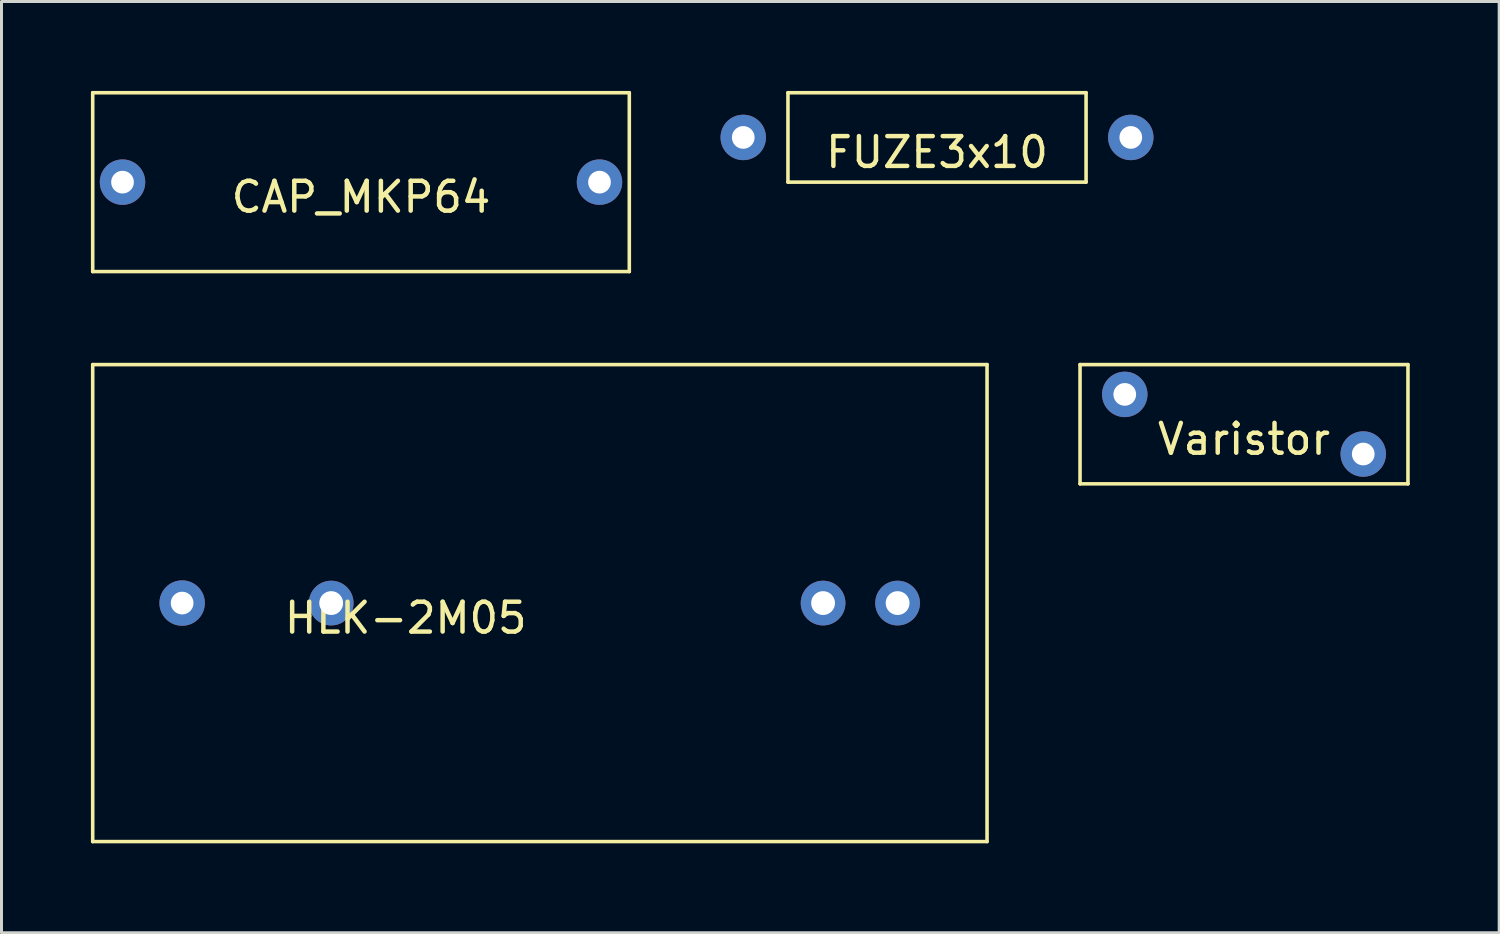
<source format=kicad_pcb>
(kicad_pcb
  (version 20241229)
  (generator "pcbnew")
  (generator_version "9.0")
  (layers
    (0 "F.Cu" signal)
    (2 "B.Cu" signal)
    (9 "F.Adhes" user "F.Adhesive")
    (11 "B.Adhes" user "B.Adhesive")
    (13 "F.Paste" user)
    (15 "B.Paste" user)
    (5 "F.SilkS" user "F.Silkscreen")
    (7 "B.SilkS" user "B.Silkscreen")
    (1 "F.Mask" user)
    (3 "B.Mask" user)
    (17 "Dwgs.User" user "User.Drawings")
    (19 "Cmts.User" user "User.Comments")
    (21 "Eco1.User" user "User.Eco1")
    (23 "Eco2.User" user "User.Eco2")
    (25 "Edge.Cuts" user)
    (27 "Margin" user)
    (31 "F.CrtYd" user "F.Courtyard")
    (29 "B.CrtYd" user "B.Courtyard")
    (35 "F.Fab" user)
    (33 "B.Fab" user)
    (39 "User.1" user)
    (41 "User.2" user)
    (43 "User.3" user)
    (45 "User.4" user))
  (footprint "Varistor"
    (layer "F.Cu")
    (at 38.68 11.18)
    (property "Reference" "Varistor" (at 0 0.5 0) (layer "F.SilkS") (effects (font (size 1 1) (thickness 0.15))))
    (attr through_hole)
    (fp_line (start -5.5 -2) (end 5.5 -2) (stroke (width 0.12) (type solid)) (layer "F.SilkS"))
    (fp_line (start -5.5 2) (end -5.5 -2) (stroke (width 0.12) (type solid)) (layer "F.SilkS"))
    (fp_line (start 5.5 -2) (end 5.5 2) (stroke (width 0.12) (type solid)) (layer "F.SilkS"))
    (fp_line (start 5.5 2) (end -5.5 2) (stroke (width 0.12) (type solid)) (layer "F.SilkS"))
    (pad "1" thru_hole circle (at -4 -1) (size 1.524 1.524) (drill 0.762) (layers "*.Cu" "*.Mask"))
    (pad "2" thru_hole circle (at 4 1) (size 1.524 1.524) (drill 0.762) (layers "*.Cu" "*.Mask")))
  (footprint "FUZE3x10"
    (layer "F.Cu")
    (at 28.382 1.56)
    (property "Reference" "FUZE3x10" (at 0 0.5 0) (layer "F.SilkS") (effects (font (size 1 1) (thickness 0.15))))
    (attr through_hole)
    (fp_line (start -5 -1.5) (end -5 1.5) (stroke (width 0.12) (type solid)) (layer "F.SilkS"))
    (fp_line (start -5 1.5) (end 5 1.5) (stroke (width 0.12) (type solid)) (layer "F.SilkS"))
    (fp_line (start 5 -1.5) (end -5 -1.5) (stroke (width 0.12) (type solid)) (layer "F.SilkS"))
    (fp_line (start 5 1.5) (end 5 -1.5) (stroke (width 0.12) (type solid)) (layer "F.SilkS"))
    (pad "1" thru_hole circle (at -6.5 0) (size 1.524 1.524) (drill 0.762) (layers "*.Cu" "*.Mask"))
    (pad "2" thru_hole circle (at 6.5 0) (size 1.524 1.524) (drill 0.762) (layers "*.Cu" "*.Mask")))
  (footprint "HLK-2M05"
    (layer "F.Cu")
    (at 10.56 17.18)
    (property "Reference" "HLK-2M05" (at 0 0.5 0) (layer "F.SilkS") (effects (font (size 1 1) (thickness 0.15))))
    (attr through_hole)
    (fp_line (start -10.5 -8) (end -10.5 8) (stroke (width 0.12) (type solid)) (layer "F.SilkS"))
    (fp_line (start -10.5 8) (end 19.5 8) (stroke (width 0.12) (type solid)) (layer "F.SilkS"))
    (fp_line (start 19.5 -8) (end -10.5 -8) (stroke (width 0.12) (type solid)) (layer "F.SilkS"))
    (fp_line (start 19.5 8) (end 19.5 -8) (stroke (width 0.12) (type solid)) (layer "F.SilkS"))
    (pad "1" thru_hole circle (at -7.5 0) (size 1.524 1.524) (drill 0.762) (layers "*.Cu" "*.Mask"))
    (pad "2" thru_hole circle (at -2.5 0) (size 1.5 1.5) (drill 0.8) (layers "*.Cu" "*.Mask"))
    (pad "3" thru_hole circle (at 14 0) (size 1.5 1.5) (drill 0.8) (layers "*.Cu" "*.Mask"))
    (pad "4" thru_hole circle (at 16.5 0) (size 1.5 1.5) (drill 0.8) (layers "*.Cu" "*.Mask")))
  (footprint "CAP_MKP64"
    (layer "F.Cu")
    (at 9.06 3.06)
    (property "Reference" "CAP_MKP64" (at 0 0.5 0) (layer "F.SilkS") (effects (font (size 1 1) (thickness 0.15))))
    (attr through_hole)
    (fp_line (start -9 -3) (end 9 -3) (stroke (width 0.12) (type solid)) (layer "F.SilkS"))
    (fp_line (start -9 3) (end -9 -3) (stroke (width 0.12) (type solid)) (layer "F.SilkS"))
    (fp_line (start 9 -3) (end 9 3) (stroke (width 0.12) (type solid)) (layer "F.SilkS"))
    (fp_line (start 9 3) (end -9 3) (stroke (width 0.12) (type solid)) (layer "F.SilkS"))
    (pad "1" thru_hole circle (at -8 0) (size 1.524 1.524) (drill 0.762) (layers "*.Cu" "*.Mask"))
    (pad "2" thru_hole circle (at 8 0) (size 1.524 1.524) (drill 0.762) (layers "*.Cu" "*.Mask")))
  (gr_rect
    (start -3 -3)
    (end 47.24 28.24)
    (stroke (width 0.1) (type default))
    (fill no)
    (layer "Edge.Cuts")))
</source>
